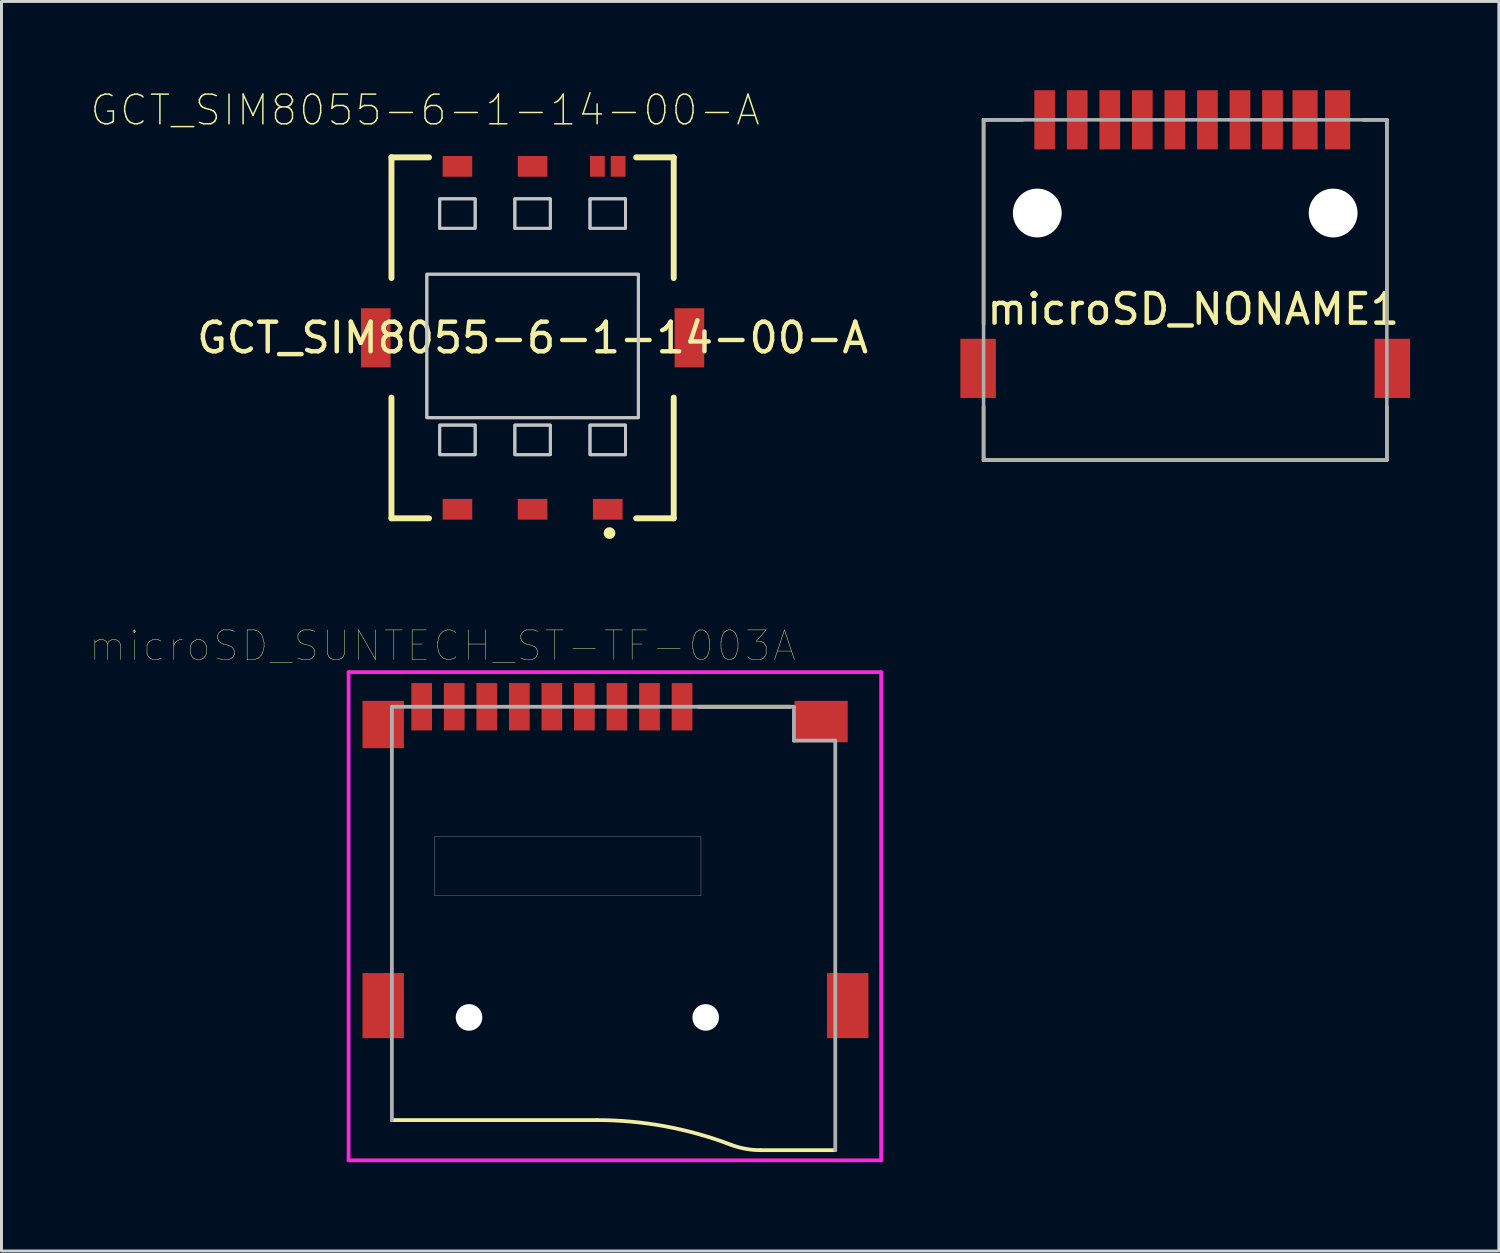
<source format=kicad_pcb>
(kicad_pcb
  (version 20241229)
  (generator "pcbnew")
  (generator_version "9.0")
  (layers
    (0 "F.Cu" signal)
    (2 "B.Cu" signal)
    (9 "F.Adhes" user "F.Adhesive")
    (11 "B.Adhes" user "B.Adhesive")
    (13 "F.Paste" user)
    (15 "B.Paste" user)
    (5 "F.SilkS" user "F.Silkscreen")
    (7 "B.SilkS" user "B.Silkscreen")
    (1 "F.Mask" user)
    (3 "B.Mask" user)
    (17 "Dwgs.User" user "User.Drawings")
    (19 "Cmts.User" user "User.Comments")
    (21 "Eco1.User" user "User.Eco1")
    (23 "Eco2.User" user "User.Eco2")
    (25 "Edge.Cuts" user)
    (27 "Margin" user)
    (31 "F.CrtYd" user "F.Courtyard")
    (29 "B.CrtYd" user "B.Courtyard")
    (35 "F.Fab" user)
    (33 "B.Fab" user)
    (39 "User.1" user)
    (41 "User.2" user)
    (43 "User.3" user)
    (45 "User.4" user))
  (footprint "microSD_NONAME1"
    (layer "F.Cu")
    (at 37.209 1)
    (property "Reference" "microSD_NONAME1" (at 0.07 6.4 0) (layer "F.SilkS") (effects (font (size 1 1) (thickness 0.15))))
    (attr through_hole)
    (fp_line (start -7.015 0) (end -5.7 0) (stroke (width 0.12) (type solid)) (layer "F.SilkS"))
    (fp_line (start -7.015 6.9) (end -7.015 0) (stroke (width 0.12) (type solid)) (layer "F.SilkS"))
    (fp_line (start -7.015 11.5) (end -7.015 9.7) (stroke (width 0.12) (type solid)) (layer "F.SilkS"))
    (fp_line (start 6.615 0) (end 5.82 0) (stroke (width 0.12) (type solid)) (layer "F.SilkS"))
    (fp_line (start 6.615 6.9) (end 6.615 0) (stroke (width 0.12) (type solid)) (layer "F.SilkS"))
    (fp_line (start 6.615 9.7) (end 6.615 11.5) (stroke (width 0.12) (type solid)) (layer "F.SilkS"))
    (fp_line (start 6.615 11.5) (end -7.015 11.5) (stroke (width 0.12) (type solid)) (layer "F.SilkS"))
    (fp_line (start -7.015 0) (end -7.015 11.5) (stroke (width 0.12) (type solid)) (layer "F.Fab"))
    (fp_line (start -7.015 11.5) (end 6.615 11.5) (stroke (width 0.12) (type solid)) (layer "F.Fab"))
    (fp_line (start 6.615 0) (end -7.015 0) (stroke (width 0.12) (type solid)) (layer "F.Fab"))
    (fp_line (start 6.615 11.5) (end 6.615 0) (stroke (width 0.12) (type solid)) (layer "F.Fab"))
    (pad "" np_thru_hole circle (at -5.2 3.15 180) (size 1.65 1.65) (drill 1.65) (layers "*.Cu" "*.Mask"))
    (pad "" np_thru_hole circle (at 4.8 3.15 180) (size 1.65 1.65) (drill 1.65) (layers "*.Cu" "*.Mask"))
    (pad "1" smd rect (at 2.75 0) (size 0.7 2) (layers "F.Cu" "F.Mask" "F.Paste"))
    (pad "2" smd rect (at 1.65 0) (size 0.7 2) (layers "F.Cu" "F.Mask" "F.Paste"))
    (pad "3" smd rect (at 0.55 0) (size 0.7 2) (layers "F.Cu" "F.Mask" "F.Paste"))
    (pad "4" smd rect (at -0.55 0) (size 0.7 2) (layers "F.Cu" "F.Mask" "F.Paste"))
    (pad "5" smd rect (at -1.65 0) (size 0.7 2) (layers "F.Cu" "F.Mask" "F.Paste"))
    (pad "6" smd rect (at -2.75 0) (size 0.7 2) (layers "F.Cu" "F.Mask" "F.Paste"))
    (pad "7" smd rect (at -3.85 0) (size 0.7 2) (layers "F.Cu" "F.Mask" "F.Paste"))
    (pad "8" smd rect (at -4.95 0) (size 0.7 2) (layers "F.Cu" "F.Mask" "F.Paste"))
    (pad "9" smd rect (at 3.85 0) (size 0.85 2) (layers "F.Cu" "F.Mask" "F.Paste"))
    (pad "10" smd rect (at 4.95 0) (size 0.85 2) (layers "F.Cu" "F.Mask" "F.Paste"))
    (pad "11" smd rect (at -7.2 8.4 180) (size 1.2 2) (layers "F.Cu" "F.Mask" "F.Paste"))
    (pad "11" smd rect (at 6.8 8.4 180) (size 1.2 2) (layers "F.Cu" "F.Mask" "F.Paste")))
  (footprint "GCT_SIM8055-6-1-14-00-A"
    (layer "F.Cu")
    (at 14.951 8.368)
    (property "Reference" "GCT_SIM8055-6-1-14-00-A" (at -3.635 -7.695 0) (layer "F.SilkS") (effects (font (size 1.001 1.001) (thickness 0.05))))
    (attr smd)
    (fp_line (start -4.77 -6.1) (end -3.5 -6.1) (stroke (width 0.2) (type solid)) (layer "F.SilkS"))
    (fp_line (start -4.77 -2.02) (end -4.77 -6.1) (stroke (width 0.2) (type solid)) (layer "F.SilkS"))
    (fp_line (start -4.77 6.1) (end -4.77 2.02) (stroke (width 0.2) (type solid)) (layer "F.SilkS"))
    (fp_line (start -4.77 6.1) (end -3.5 6.1) (stroke (width 0.2) (type solid)) (layer "F.SilkS"))
    (fp_line (start 3.5 -6.1) (end 4.77 -6.1) (stroke (width 0.2) (type solid)) (layer "F.SilkS"))
    (fp_line (start 3.5 6.1) (end 4.77 6.1) (stroke (width 0.2) (type solid)) (layer "F.SilkS"))
    (fp_line (start 4.77 -2.02) (end 4.77 -6.1) (stroke (width 0.2) (type solid)) (layer "F.SilkS"))
    (fp_line (start 4.77 6.1) (end 4.77 2.02) (stroke (width 0.2) (type solid)) (layer "F.SilkS"))
    (fp_circle (center 2.6 6.6) (end 2.7 6.6) (stroke (width 0.2) (type solid)) (fill no) (layer "F.SilkS"))
    (fp_poly (pts (xy -3.575 -2.15) (xy 3.575 -2.15) (xy 3.575 2.7) (xy -3.575 2.7)) (stroke (width 0.1) (type solid)) (fill no) (layer "Dwgs.User"))
    (fp_poly (pts (xy -3.575 -2.15) (xy 3.575 -2.15) (xy 3.575 2.7) (xy -3.575 2.7)) (stroke (width 0.1) (type solid)) (fill no) (layer "Dwgs.User"))
    (fp_poly (pts (xy -3.14 -4.7) (xy -1.94 -4.7) (xy -1.94 -3.7) (xy -3.14 -3.7)) (stroke (width 0.1) (type solid)) (fill no) (layer "Dwgs.User"))
    (fp_poly (pts (xy -3.14 -4.7) (xy -1.94 -4.7) (xy -1.94 -3.7) (xy -3.14 -3.7)) (stroke (width 0.1) (type solid)) (fill no) (layer "Dwgs.User"))
    (fp_poly (pts (xy -3.14 2.95) (xy -1.94 2.95) (xy -1.94 3.95) (xy -3.14 3.95)) (stroke (width 0.1) (type solid)) (fill no) (layer "Dwgs.User"))
    (fp_poly (pts (xy -3.14 2.95) (xy -1.94 2.95) (xy -1.94 3.95) (xy -3.14 3.95)) (stroke (width 0.1) (type solid)) (fill no) (layer "Dwgs.User"))
    (fp_poly (pts (xy -0.6 -4.7) (xy 0.6 -4.7) (xy 0.6 -3.7) (xy -0.6 -3.7)) (stroke (width 0.1) (type solid)) (fill no) (layer "Dwgs.User"))
    (fp_poly (pts (xy -0.6 -4.7) (xy 0.6 -4.7) (xy 0.6 -3.7) (xy -0.6 -3.7)) (stroke (width 0.1) (type solid)) (fill no) (layer "Dwgs.User"))
    (fp_poly (pts (xy -0.6 2.95) (xy 0.6 2.95) (xy 0.6 3.95) (xy -0.6 3.95)) (stroke (width 0.1) (type solid)) (fill no) (layer "Dwgs.User"))
    (fp_poly (pts (xy -0.6 2.95) (xy 0.6 2.95) (xy 0.6 3.95) (xy -0.6 3.95)) (stroke (width 0.1) (type solid)) (fill no) (layer "Dwgs.User"))
    (fp_poly (pts (xy 1.94 -4.7) (xy 3.14 -4.7) (xy 3.14 -3.7) (xy 1.94 -3.7)) (stroke (width 0.1) (type solid)) (fill no) (layer "Dwgs.User"))
    (fp_poly (pts (xy 1.94 -4.7) (xy 3.14 -4.7) (xy 3.14 -3.7) (xy 1.94 -3.7)) (stroke (width 0.1) (type solid)) (fill no) (layer "Dwgs.User"))
    (fp_poly (pts (xy 1.94 2.95) (xy 3.14 2.95) (xy 3.14 3.95) (xy 1.94 3.95)) (stroke (width 0.1) (type solid)) (fill no) (layer "Dwgs.User"))
    (fp_poly (pts (xy 1.94 2.95) (xy 3.14 2.95) (xy 3.14 3.95) (xy 1.94 3.95)) (stroke (width 0.1) (type solid)) (fill no) (layer "Dwgs.User"))
    (fp_line (start -6.05 -6.395) (end 6.05 -6.395) (stroke (width 0.05) (type solid)) (layer "Eco1.User"))
    (fp_line (start -6.05 6.395) (end -6.05 -6.395) (stroke (width 0.05) (type solid)) (layer "Eco1.User"))
    (fp_line (start -6.05 6.395) (end 6.05 6.395) (stroke (width 0.05) (type solid)) (layer "Eco1.User"))
    (fp_line (start 6.05 6.395) (end 6.05 -6.395) (stroke (width 0.05) (type solid)) (layer "Eco1.User"))
    (fp_line (start -4.77 -6.1) (end 4.77 -6.1) (stroke (width 0.1) (type solid)) (layer "Eco2.User"))
    (fp_line (start -4.77 6.1) (end -4.77 -6.1) (stroke (width 0.1) (type solid)) (layer "Eco2.User"))
    (fp_line (start -4.77 6.1) (end 4.77 6.1) (stroke (width 0.1) (type solid)) (layer "Eco2.User"))
    (fp_line (start 4.77 6.1) (end 4.77 -6.1) (stroke (width 0.1) (type solid)) (layer "Eco2.User"))
    (fp_circle (center 2.6 6.6) (end 2.7 6.6) (stroke (width 0.2) (type solid)) (fill no) (layer "Eco2.User"))
    (fp_text user "${REFERENCE}" (at 0 0 0) (layer "F.SilkS") (effects (font (size 1 1) (thickness 0.15))))
    (pad "C1" smd rect (at 2.54 5.795) (size 1 0.7) (layers "F.Cu" "F.Mask" "F.Paste"))
    (pad "C2" smd rect (at 0 5.795) (size 1 0.7) (layers "F.Cu" "F.Mask" "F.Paste"))
    (pad "C3" smd rect (at -2.54 5.795) (size 1 0.7) (layers "F.Cu" "F.Mask" "F.Paste"))
    (pad "C4" smd rect (at 5.3 0) (size 1 2) (layers "F.Cu" "F.Mask" "F.Paste"))
    (pad "C5" smd rect (at 2.19 -5.795) (size 0.5 0.7) (layers "F.Cu" "F.Mask" "F.Paste"))
    (pad "C6" smd rect (at 0 -5.795) (size 1 0.7) (layers "F.Cu" "F.Mask" "F.Paste"))
    (pad "C7" smd rect (at -2.54 -5.795) (size 1 0.7) (layers "F.Cu" "F.Mask" "F.Paste"))
    (pad "C8" smd rect (at -5.3 0) (size 1 2) (layers "F.Cu" "F.Mask" "F.Paste"))
    (pad "CD" smd rect (at 2.89 -5.795) (size 0.5 0.7) (layers "F.Cu" "F.Mask" "F.Paste")))
  (footprint "microSD_SUNTECH_ST-TF-003A"
    (layer "F.Cu")
    (at 16.482 26.168)
    (property "Reference" "microSD_SUNTECH_ST-TF-003A" (at -4.577 -7.389 0) (layer "F.SilkS") (effects (font (size 1.001 1.001) (thickness 0.015))))
    (attr through_hole)
    (fp_line (start 0.647 8.64) (end -6.287 8.64) (stroke (width 0.127) (type solid)) (layer "F.SilkS"))
    (fp_line (start 7.17 -5.33) (end 4.07 -5.33) (stroke (width 0.127) (type solid)) (layer "F.SilkS"))
    (fp_line (start 8.699 9.656) (end 6.168 9.656) (stroke (width 0.127) (type solid)) (layer "F.SilkS"))
    (fp_arc (start 0.6469 8.64) (mid 2.945408 8.849734) (end 5.168 9.472) (stroke (width 0.127) (type solid)) (layer "F.SilkS"))
    (fp_arc (start 6.1679 9.656) (mid 5.659555 9.609621) (end 5.168 9.472) (stroke (width 0.127) (type solid)) (layer "F.SilkS"))
    (fp_poly (pts (xy -4.845 1.061) (xy -4.845 -0.94) (xy 4.16 -0.94) (xy 4.16 1.061)) (stroke (width 0.01) (type solid)) (fill no) (layer "Dwgs.User"))
    (fp_line (start -7.75 -6.5) (end 10.25 -6.5) (stroke (width 0.127) (type solid)) (layer "F.CrtYd"))
    (fp_line (start -7.75 10) (end -7.75 -6.5) (stroke (width 0.127) (type solid)) (layer "F.CrtYd"))
    (fp_line (start 10.25 -6.5) (end 10.25 10) (stroke (width 0.127) (type solid)) (layer "F.CrtYd"))
    (fp_line (start 10.25 10) (end -7.75 10) (stroke (width 0.127) (type solid)) (layer "F.CrtYd"))
    (fp_line (start -6.287 -5.33) (end 7.302 -5.33) (stroke (width 0.127) (type solid)) (layer "F.Fab"))
    (fp_line (start -6.287 8.64) (end -6.287 -5.33) (stroke (width 0.127) (type solid)) (layer "F.Fab"))
    (fp_line (start 7.302 -5.33) (end 7.302 -4.187) (stroke (width 0.127) (type solid)) (layer "F.Fab"))
    (fp_line (start 7.302 -4.187) (end 8.699 -4.187) (stroke (width 0.127) (type solid)) (layer "F.Fab"))
    (fp_line (start 8.699 -4.187) (end 8.699 9.656) (stroke (width 0.127) (type solid)) (layer "F.Fab"))
    (pad "" np_thru_hole circle (at -3.68 5.17) (size 0.9 0.9) (drill 0.9) (layers "*.Cu" "*.Mask"))
    (pad "" np_thru_hole circle (at 4.32 5.17) (size 0.9 0.9) (drill 0.9) (layers "*.Cu" "*.Mask"))
    (pad "1" smd rect (at 3.52 -5.33) (size 0.7 1.6) (layers "F.Cu" "F.Mask" "F.Paste"))
    (pad "2" smd rect (at 2.42 -5.33) (size 0.7 1.6) (layers "F.Cu" "F.Mask" "F.Paste"))
    (pad "3" smd rect (at 1.32 -5.33) (size 0.7 1.6) (layers "F.Cu" "F.Mask" "F.Paste"))
    (pad "4" smd rect (at 0.22 -5.33) (size 0.7 1.6) (layers "F.Cu" "F.Mask" "F.Paste"))
    (pad "5" smd rect (at -0.88 -5.33) (size 0.7 1.6) (layers "F.Cu" "F.Mask" "F.Paste"))
    (pad "6" smd rect (at -1.98 -5.33) (size 0.7 1.6) (layers "F.Cu" "F.Mask" "F.Paste"))
    (pad "7" smd rect (at -3.08 -5.33) (size 0.7 1.6) (layers "F.Cu" "F.Mask" "F.Paste"))
    (pad "8" smd rect (at -4.18 -5.33) (size 0.7 1.6) (layers "F.Cu" "F.Mask" "F.Paste"))
    (pad "9" smd rect (at -5.28 -5.33) (size 0.7 1.6) (layers "F.Cu" "F.Mask" "F.Paste"))
    (pad "10" smd rect (at -6.58 -4.73) (size 1.4 1.6) (layers "F.Cu" "F.Mask" "F.Paste"))
    (pad "10" smd rect (at -6.58 4.77) (size 1.4 2.2) (layers "F.Cu" "F.Mask" "F.Paste"))
    (pad "10" smd rect (at 8.22 -4.83) (size 1.8 1.4) (layers "F.Cu" "F.Mask" "F.Paste"))
    (pad "10" smd rect (at 9.12 4.77) (size 1.4 2.2) (layers "F.Cu" "F.Mask" "F.Paste")))
  (gr_rect
    (start -3 -3)
    (end 47.609 39.232)
    (stroke (width 0.1) (type default))
    (fill no)
    (layer "Edge.Cuts")))
</source>
